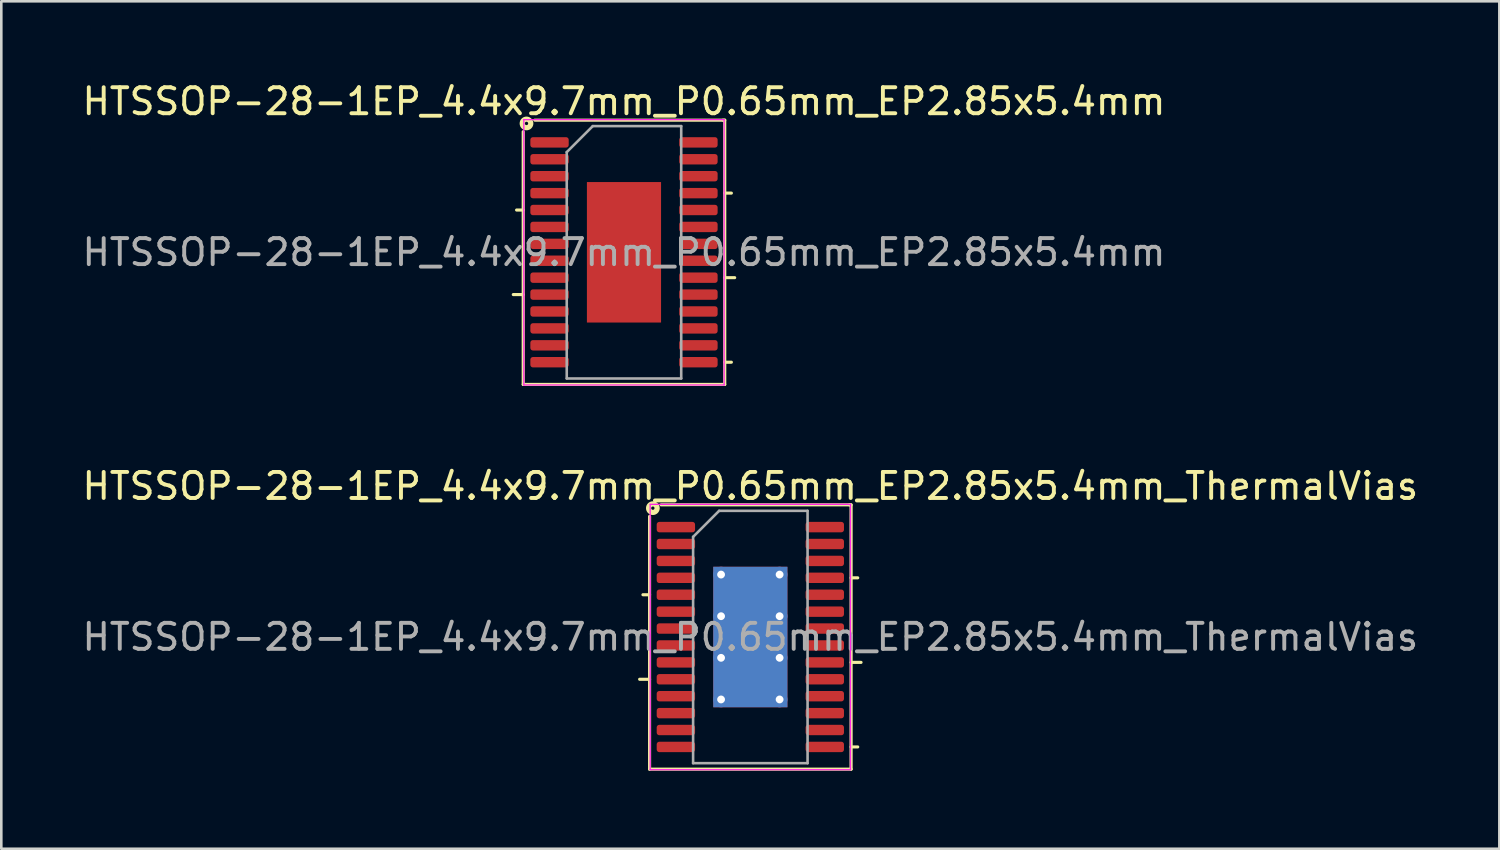
<source format=kicad_pcb>
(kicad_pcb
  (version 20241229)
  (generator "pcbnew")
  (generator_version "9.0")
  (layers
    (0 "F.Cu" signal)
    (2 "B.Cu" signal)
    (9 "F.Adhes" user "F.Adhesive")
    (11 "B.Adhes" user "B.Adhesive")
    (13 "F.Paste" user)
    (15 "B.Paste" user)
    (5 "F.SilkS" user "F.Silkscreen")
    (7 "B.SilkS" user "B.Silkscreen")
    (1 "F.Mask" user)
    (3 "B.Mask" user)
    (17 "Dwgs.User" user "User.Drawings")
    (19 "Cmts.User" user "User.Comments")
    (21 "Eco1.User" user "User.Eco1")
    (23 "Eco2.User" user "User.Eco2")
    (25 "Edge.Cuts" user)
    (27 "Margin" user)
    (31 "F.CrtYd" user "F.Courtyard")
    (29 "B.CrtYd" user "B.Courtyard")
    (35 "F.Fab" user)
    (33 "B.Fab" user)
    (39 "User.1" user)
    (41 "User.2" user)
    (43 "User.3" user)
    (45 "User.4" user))
  (footprint "HTSSOP-28-1EP_4.4x9.7mm_P0.65mm_EP2.85x5.4mm_ThermalVias"
    (layer "F.Cu")
    (at 25.792 21.436)
    (property "Reference" "HTSSOP-28-1EP_4.4x9.7mm_P0.65mm_EP2.85x5.4mm_ThermalVias" (at 0 -5.8 0) (layer "F.SilkS") (effects (font (size 1 1) (thickness 0.15))))
    (attr smd)
    (fp_line (start -3.873 -1.625) (end -4.128 -1.625) (stroke (width 0.12) (type solid)) (layer "F.SilkS"))
    (fp_line (start -3.873 1.625) (end -4.255 1.625) (stroke (width 0.12) (type solid)) (layer "F.SilkS"))
    (fp_line (start -3.873 5.08) (end -3.873 -4.636) (stroke (width 0.12) (type solid)) (layer "F.SilkS"))
    (fp_line (start -3.429 -5.08) (end 3.81 -5.08) (stroke (width 0.12) (type solid)) (layer "F.SilkS"))
    (fp_line (start 3.81 -5.08) (end 3.873 -5.08) (stroke (width 0.12) (type solid)) (layer "F.SilkS"))
    (fp_line (start 3.873 -5.08) (end 3.873 5.08) (stroke (width 0.12) (type solid)) (layer "F.SilkS"))
    (fp_line (start 3.873 -2.275) (end 4.128 -2.275) (stroke (width 0.12) (type solid)) (layer "F.SilkS"))
    (fp_line (start 3.873 0.975) (end 4.255 0.975) (stroke (width 0.12) (type solid)) (layer "F.SilkS"))
    (fp_line (start 3.873 4.225) (end 4.128 4.225) (stroke (width 0.12) (type solid)) (layer "F.SilkS"))
    (fp_line (start 3.873 5.08) (end -3.873 5.08) (stroke (width 0.12) (type solid)) (layer "F.SilkS"))
    (fp_circle (center -3.747 -4.953) (end -3.683 -4.953) (stroke (width 0.2) (type solid)) (fill no) (layer "F.SilkS"))
    (fp_line (start -3.85 -5.1) (end -3.85 5.1) (stroke (width 0.05) (type solid)) (layer "F.CrtYd"))
    (fp_line (start -3.85 5.1) (end 3.85 5.1) (stroke (width 0.05) (type solid)) (layer "F.CrtYd"))
    (fp_line (start 3.85 -5.1) (end -3.85 -5.1) (stroke (width 0.05) (type solid)) (layer "F.CrtYd"))
    (fp_line (start 3.85 5.1) (end 3.85 -5.1) (stroke (width 0.05) (type solid)) (layer "F.CrtYd"))
    (fp_line (start -2.2 -3.85) (end -1.2 -4.85) (stroke (width 0.1) (type solid)) (layer "F.Fab"))
    (fp_line (start -2.2 4.85) (end -2.2 -3.85) (stroke (width 0.1) (type solid)) (layer "F.Fab"))
    (fp_line (start -1.2 -4.85) (end 2.2 -4.85) (stroke (width 0.1) (type solid)) (layer "F.Fab"))
    (fp_line (start 2.2 -4.85) (end 2.2 4.85) (stroke (width 0.1) (type solid)) (layer "F.Fab"))
    (fp_line (start 2.2 4.85) (end -2.2 4.85) (stroke (width 0.1) (type solid)) (layer "F.Fab"))
    (fp_text user "${REFERENCE}" (at 0 0 0) (layer "F.Fab") (effects (font (size 1 1) (thickness 0.15))))
    (pad "" smd roundrect (at 0 -1.8) (size 2.3 1.45) (layers "F.Paste") (roundrect_rratio 0.172))
    (pad "" smd roundrect (at 0 0) (size 2.3 1.45) (layers "F.Paste") (roundrect_rratio 0.172))
    (pad "" smd roundrect (at 0 1.8) (size 2.3 1.45) (layers "F.Paste") (roundrect_rratio 0.172))
    (pad "1" smd roundrect (at -2.862 -4.225) (size 1.475 0.4) (layers "F.Cu" "F.Mask" "F.Paste") (roundrect_rratio 0.25))
    (pad "2" smd roundrect (at -2.862 -3.575) (size 1.475 0.4) (layers "F.Cu" "F.Mask" "F.Paste") (roundrect_rratio 0.25))
    (pad "3" smd roundrect (at -2.862 -2.925) (size 1.475 0.4) (layers "F.Cu" "F.Mask" "F.Paste") (roundrect_rratio 0.25))
    (pad "4" smd roundrect (at -2.862 -2.275) (size 1.475 0.4) (layers "F.Cu" "F.Mask" "F.Paste") (roundrect_rratio 0.25))
    (pad "5" smd roundrect (at -2.862 -1.625) (size 1.475 0.4) (layers "F.Cu" "F.Mask" "F.Paste") (roundrect_rratio 0.25))
    (pad "6" smd roundrect (at -2.862 -0.975) (size 1.475 0.4) (layers "F.Cu" "F.Mask" "F.Paste") (roundrect_rratio 0.25))
    (pad "7" smd roundrect (at -2.862 -0.325) (size 1.475 0.4) (layers "F.Cu" "F.Mask" "F.Paste") (roundrect_rratio 0.25))
    (pad "8" smd roundrect (at -2.862 0.325) (size 1.475 0.4) (layers "F.Cu" "F.Mask" "F.Paste") (roundrect_rratio 0.25))
    (pad "9" smd roundrect (at -2.862 0.975) (size 1.475 0.4) (layers "F.Cu" "F.Mask" "F.Paste") (roundrect_rratio 0.25))
    (pad "10" smd roundrect (at -2.862 1.625) (size 1.475 0.4) (layers "F.Cu" "F.Mask" "F.Paste") (roundrect_rratio 0.25))
    (pad "11" smd roundrect (at -2.862 2.275) (size 1.475 0.4) (layers "F.Cu" "F.Mask" "F.Paste") (roundrect_rratio 0.25))
    (pad "12" smd roundrect (at -2.862 2.925) (size 1.475 0.4) (layers "F.Cu" "F.Mask" "F.Paste") (roundrect_rratio 0.25))
    (pad "13" smd roundrect (at -2.862 3.575) (size 1.475 0.4) (layers "F.Cu" "F.Mask" "F.Paste") (roundrect_rratio 0.25))
    (pad "14" smd roundrect (at -2.862 4.225) (size 1.475 0.4) (layers "F.Cu" "F.Mask" "F.Paste") (roundrect_rratio 0.25))
    (pad "15" smd roundrect (at 2.862 4.225) (size 1.475 0.4) (layers "F.Cu" "F.Mask" "F.Paste") (roundrect_rratio 0.25))
    (pad "16" smd roundrect (at 2.862 3.575) (size 1.475 0.4) (layers "F.Cu" "F.Mask" "F.Paste") (roundrect_rratio 0.25))
    (pad "17" smd roundrect (at 2.862 2.925) (size 1.475 0.4) (layers "F.Cu" "F.Mask" "F.Paste") (roundrect_rratio 0.25))
    (pad "18" smd roundrect (at 2.862 2.275) (size 1.475 0.4) (layers "F.Cu" "F.Mask" "F.Paste") (roundrect_rratio 0.25))
    (pad "19" smd roundrect (at 2.862 1.625) (size 1.475 0.4) (layers "F.Cu" "F.Mask" "F.Paste") (roundrect_rratio 0.25))
    (pad "20" smd roundrect (at 2.862 0.975) (size 1.475 0.4) (layers "F.Cu" "F.Mask" "F.Paste") (roundrect_rratio 0.25))
    (pad "21" smd roundrect (at 2.862 0.325) (size 1.475 0.4) (layers "F.Cu" "F.Mask" "F.Paste") (roundrect_rratio 0.25))
    (pad "22" smd roundrect (at 2.862 -0.325) (size 1.475 0.4) (layers "F.Cu" "F.Mask" "F.Paste") (roundrect_rratio 0.25))
    (pad "23" smd roundrect (at 2.862 -0.975) (size 1.475 0.4) (layers "F.Cu" "F.Mask" "F.Paste") (roundrect_rratio 0.25))
    (pad "24" smd roundrect (at 2.862 -1.625) (size 1.475 0.4) (layers "F.Cu" "F.Mask" "F.Paste") (roundrect_rratio 0.25))
    (pad "25" smd roundrect (at 2.862 -2.275) (size 1.475 0.4) (layers "F.Cu" "F.Mask" "F.Paste") (roundrect_rratio 0.25))
    (pad "26" smd roundrect (at 2.862 -2.925) (size 1.475 0.4) (layers "F.Cu" "F.Mask" "F.Paste") (roundrect_rratio 0.25))
    (pad "27" smd roundrect (at 2.862 -3.575) (size 1.475 0.4) (layers "F.Cu" "F.Mask" "F.Paste") (roundrect_rratio 0.25))
    (pad "28" smd roundrect (at 2.862 -4.225) (size 1.475 0.4) (layers "F.Cu" "F.Mask" "F.Paste") (roundrect_rratio 0.25))
    (pad "29" thru_hole circle (at -1.125 -2.4) (size 0.6 0.6) (drill 0.3) (layers "*.Cu"))
    (pad "29" thru_hole circle (at -1.125 -0.8) (size 0.6 0.6) (drill 0.3) (layers "*.Cu"))
    (pad "29" thru_hole circle (at -1.125 0.8) (size 0.6 0.6) (drill 0.3) (layers "*.Cu"))
    (pad "29" thru_hole circle (at -1.125 2.4) (size 0.6 0.6) (drill 0.3) (layers "*.Cu"))
    (pad "29" smd rect (at 0 0) (size 2.85 5.4) (layers "F.Cu" "F.Mask"))
    (pad "29" smd rect (at 0 0) (size 2.85 5.4) (layers "B.Cu" "B.Mask"))
    (pad "29" thru_hole circle (at 1.125 -2.4) (size 0.6 0.6) (drill 0.3) (layers "*.Cu"))
    (pad "29" thru_hole circle (at 1.125 -0.8) (size 0.6 0.6) (drill 0.3) (layers "*.Cu"))
    (pad "29" thru_hole circle (at 1.125 0.8) (size 0.6 0.6) (drill 0.3) (layers "*.Cu"))
    (pad "29" thru_hole circle (at 1.125 2.4) (size 0.6 0.6) (drill 0.3) (layers "*.Cu")))
  (footprint "HTSSOP-28-1EP_4.4x9.7mm_P0.65mm_EP2.85x5.4mm"
    (layer "F.Cu")
    (at 20.935 6.648)
    (property "Reference" "HTSSOP-28-1EP_4.4x9.7mm_P0.65mm_EP2.85x5.4mm" (at 0 -5.8 0) (layer "F.SilkS") (effects (font (size 1 1) (thickness 0.15))))
    (attr smd)
    (fp_line (start -3.873 -1.625) (end -4.128 -1.625) (stroke (width 0.12) (type solid)) (layer "F.SilkS"))
    (fp_line (start -3.873 1.625) (end -4.255 1.625) (stroke (width 0.12) (type solid)) (layer "F.SilkS"))
    (fp_line (start -3.873 5.08) (end -3.873 -4.636) (stroke (width 0.12) (type solid)) (layer "F.SilkS"))
    (fp_line (start -3.429 -5.08) (end 3.81 -5.08) (stroke (width 0.12) (type solid)) (layer "F.SilkS"))
    (fp_line (start 3.81 -5.08) (end 3.873 -5.08) (stroke (width 0.12) (type solid)) (layer "F.SilkS"))
    (fp_line (start 3.873 -5.08) (end 3.873 5.08) (stroke (width 0.12) (type solid)) (layer "F.SilkS"))
    (fp_line (start 3.873 -2.275) (end 4.128 -2.275) (stroke (width 0.12) (type solid)) (layer "F.SilkS"))
    (fp_line (start 3.873 0.975) (end 4.255 0.975) (stroke (width 0.12) (type solid)) (layer "F.SilkS"))
    (fp_line (start 3.873 4.225) (end 4.128 4.225) (stroke (width 0.12) (type solid)) (layer "F.SilkS"))
    (fp_line (start 3.873 5.08) (end -3.873 5.08) (stroke (width 0.12) (type solid)) (layer "F.SilkS"))
    (fp_circle (center -3.747 -4.953) (end -3.683 -4.953) (stroke (width 0.2) (type solid)) (fill no) (layer "F.SilkS"))
    (fp_line (start -3.85 -5.1) (end -3.85 5.1) (stroke (width 0.05) (type solid)) (layer "F.CrtYd"))
    (fp_line (start -3.85 5.1) (end 3.85 5.1) (stroke (width 0.05) (type solid)) (layer "F.CrtYd"))
    (fp_line (start 3.85 -5.1) (end -3.85 -5.1) (stroke (width 0.05) (type solid)) (layer "F.CrtYd"))
    (fp_line (start 3.85 5.1) (end 3.85 -5.1) (stroke (width 0.05) (type solid)) (layer "F.CrtYd"))
    (fp_line (start -2.2 -3.85) (end -1.2 -4.85) (stroke (width 0.1) (type solid)) (layer "F.Fab"))
    (fp_line (start -2.2 4.85) (end -2.2 -3.85) (stroke (width 0.1) (type solid)) (layer "F.Fab"))
    (fp_line (start -1.2 -4.85) (end 2.2 -4.85) (stroke (width 0.1) (type solid)) (layer "F.Fab"))
    (fp_line (start 2.2 -4.85) (end 2.2 4.85) (stroke (width 0.1) (type solid)) (layer "F.Fab"))
    (fp_line (start 2.2 4.85) (end -2.2 4.85) (stroke (width 0.1) (type solid)) (layer "F.Fab"))
    (fp_text user "${REFERENCE}" (at 0 0 0) (layer "F.Fab") (effects (font (size 1 1) (thickness 0.15))))
    (pad "" smd roundrect (at 0 0) (size 2.3 4.35) (layers "F.Paste") (roundrect_rratio 0.109))
    (pad "1" smd roundrect (at -2.862 -4.225) (size 1.475 0.4) (layers "F.Cu" "F.Mask" "F.Paste") (roundrect_rratio 0.25))
    (pad "2" smd roundrect (at -2.862 -3.575) (size 1.475 0.4) (layers "F.Cu" "F.Mask" "F.Paste") (roundrect_rratio 0.25))
    (pad "3" smd roundrect (at -2.862 -2.925) (size 1.475 0.4) (layers "F.Cu" "F.Mask" "F.Paste") (roundrect_rratio 0.25))
    (pad "4" smd roundrect (at -2.862 -2.275) (size 1.475 0.4) (layers "F.Cu" "F.Mask" "F.Paste") (roundrect_rratio 0.25))
    (pad "5" smd roundrect (at -2.862 -1.625) (size 1.475 0.4) (layers "F.Cu" "F.Mask" "F.Paste") (roundrect_rratio 0.25))
    (pad "6" smd roundrect (at -2.862 -0.975) (size 1.475 0.4) (layers "F.Cu" "F.Mask" "F.Paste") (roundrect_rratio 0.25))
    (pad "7" smd roundrect (at -2.862 -0.325) (size 1.475 0.4) (layers "F.Cu" "F.Mask" "F.Paste") (roundrect_rratio 0.25))
    (pad "8" smd roundrect (at -2.862 0.325) (size 1.475 0.4) (layers "F.Cu" "F.Mask" "F.Paste") (roundrect_rratio 0.25))
    (pad "9" smd roundrect (at -2.862 0.975) (size 1.475 0.4) (layers "F.Cu" "F.Mask" "F.Paste") (roundrect_rratio 0.25))
    (pad "10" smd roundrect (at -2.862 1.625) (size 1.475 0.4) (layers "F.Cu" "F.Mask" "F.Paste") (roundrect_rratio 0.25))
    (pad "11" smd roundrect (at -2.862 2.275) (size 1.475 0.4) (layers "F.Cu" "F.Mask" "F.Paste") (roundrect_rratio 0.25))
    (pad "12" smd roundrect (at -2.862 2.925) (size 1.475 0.4) (layers "F.Cu" "F.Mask" "F.Paste") (roundrect_rratio 0.25))
    (pad "13" smd roundrect (at -2.862 3.575) (size 1.475 0.4) (layers "F.Cu" "F.Mask" "F.Paste") (roundrect_rratio 0.25))
    (pad "14" smd roundrect (at -2.862 4.225) (size 1.475 0.4) (layers "F.Cu" "F.Mask" "F.Paste") (roundrect_rratio 0.25))
    (pad "15" smd roundrect (at 2.862 4.225) (size 1.475 0.4) (layers "F.Cu" "F.Mask" "F.Paste") (roundrect_rratio 0.25))
    (pad "16" smd roundrect (at 2.862 3.575) (size 1.475 0.4) (layers "F.Cu" "F.Mask" "F.Paste") (roundrect_rratio 0.25))
    (pad "17" smd roundrect (at 2.862 2.925) (size 1.475 0.4) (layers "F.Cu" "F.Mask" "F.Paste") (roundrect_rratio 0.25))
    (pad "18" smd roundrect (at 2.862 2.275) (size 1.475 0.4) (layers "F.Cu" "F.Mask" "F.Paste") (roundrect_rratio 0.25))
    (pad "19" smd roundrect (at 2.862 1.625) (size 1.475 0.4) (layers "F.Cu" "F.Mask" "F.Paste") (roundrect_rratio 0.25))
    (pad "20" smd roundrect (at 2.862 0.975) (size 1.475 0.4) (layers "F.Cu" "F.Mask" "F.Paste") (roundrect_rratio 0.25))
    (pad "21" smd roundrect (at 2.862 0.325) (size 1.475 0.4) (layers "F.Cu" "F.Mask" "F.Paste") (roundrect_rratio 0.25))
    (pad "22" smd roundrect (at 2.862 -0.325) (size 1.475 0.4) (layers "F.Cu" "F.Mask" "F.Paste") (roundrect_rratio 0.25))
    (pad "23" smd roundrect (at 2.862 -0.975) (size 1.475 0.4) (layers "F.Cu" "F.Mask" "F.Paste") (roundrect_rratio 0.25))
    (pad "24" smd roundrect (at 2.862 -1.625) (size 1.475 0.4) (layers "F.Cu" "F.Mask" "F.Paste") (roundrect_rratio 0.25))
    (pad "25" smd roundrect (at 2.862 -2.275) (size 1.475 0.4) (layers "F.Cu" "F.Mask" "F.Paste") (roundrect_rratio 0.25))
    (pad "26" smd roundrect (at 2.862 -2.925) (size 1.475 0.4) (layers "F.Cu" "F.Mask" "F.Paste") (roundrect_rratio 0.25))
    (pad "27" smd roundrect (at 2.862 -3.575) (size 1.475 0.4) (layers "F.Cu" "F.Mask" "F.Paste") (roundrect_rratio 0.25))
    (pad "28" smd roundrect (at 2.862 -4.225) (size 1.475 0.4) (layers "F.Cu" "F.Mask" "F.Paste") (roundrect_rratio 0.25))
    (pad "29" smd rect (at 0 0) (size 2.85 5.4) (layers "F.Cu" "F.Mask")))
  (gr_rect
    (start -3 -3)
    (end 54.583 29.576)
    (stroke (width 0.1) (type default))
    (fill no)
    (layer "Edge.Cuts")))
</source>
